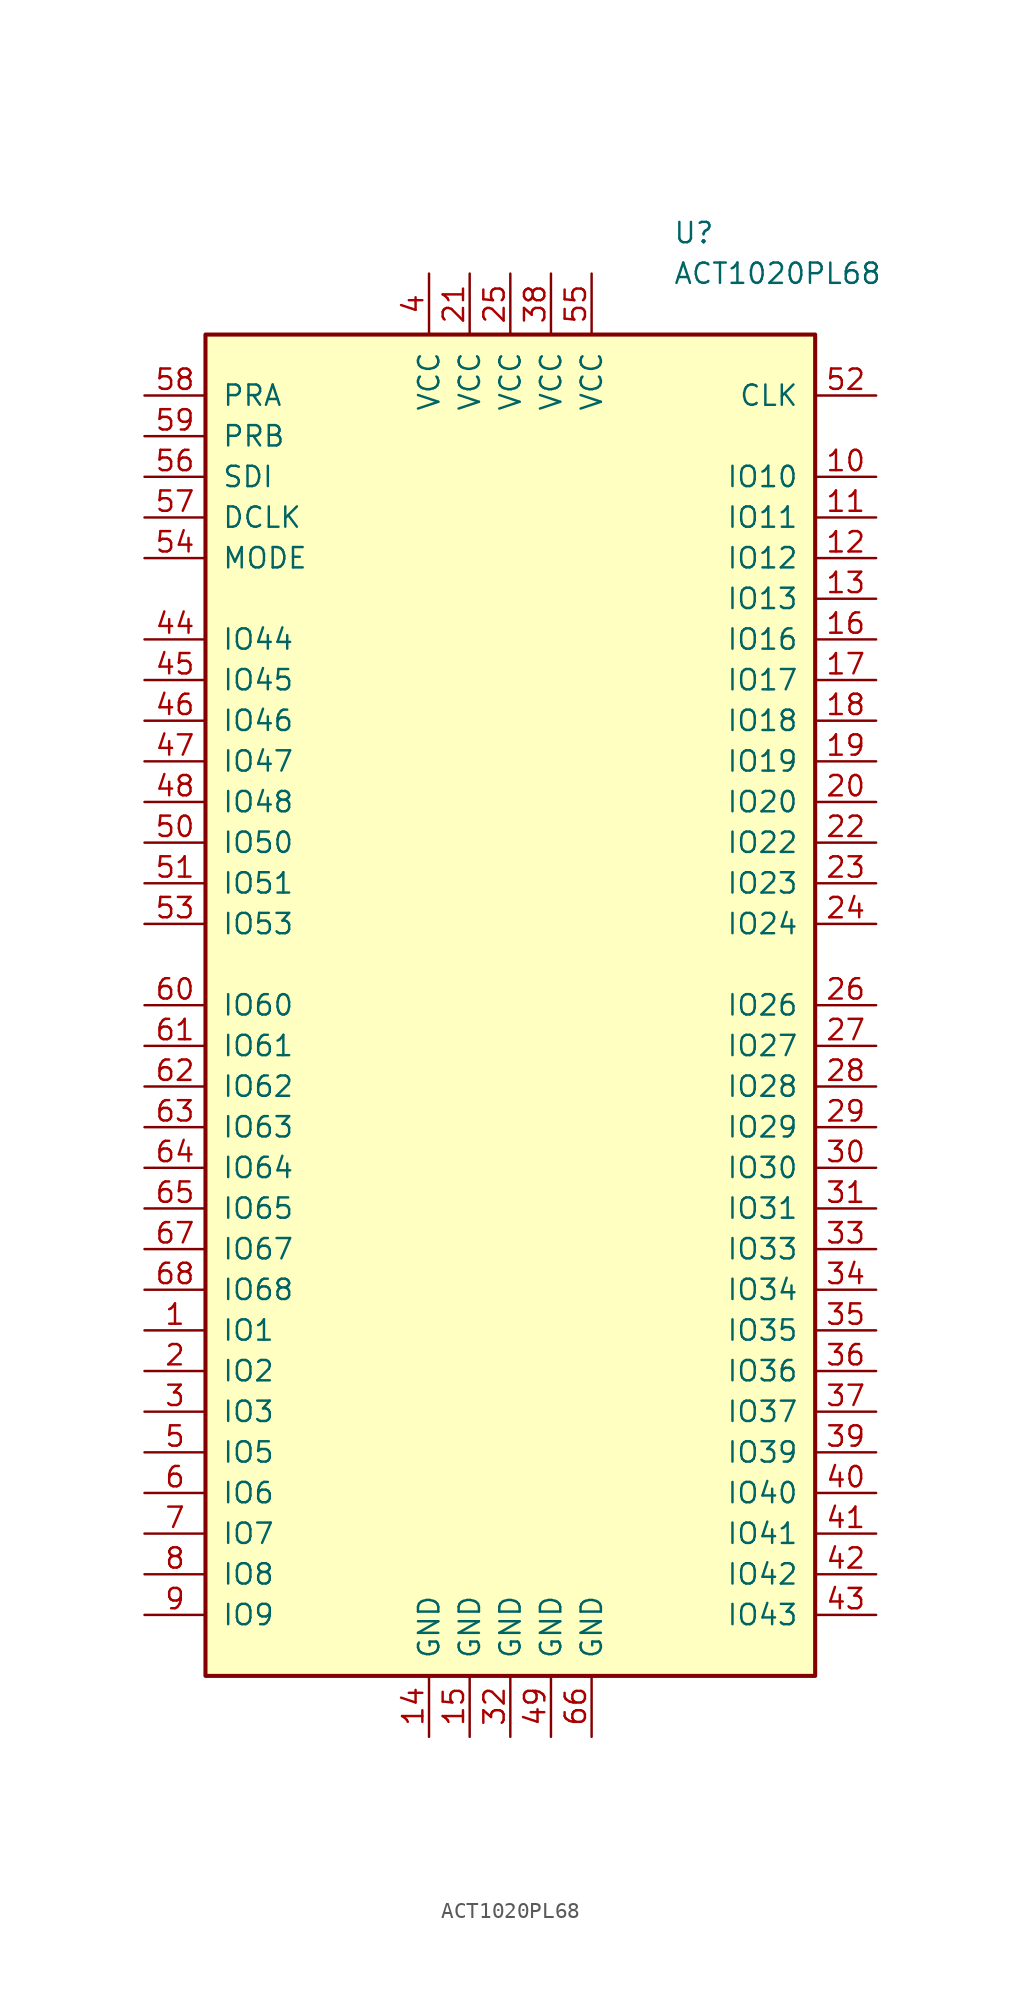
<source format=kicad_sym>
(kicad_symbol_lib
  (version 20231120)
  (generator "kicad_symbol_editor")
  (generator_version "8.0")
  (symbol "ACT1020PL68"
    (pin_names
      (offset 1.016))
    (property "Reference" "U"
      (at 10.16 48.26 0)
      (effects (font (size 1.27 1.27)) (justify left)))
    (property "Value" "ACT1020PL68"
      (at 10.16 45.72 0)
      (effects (font (size 1.27 1.27)) (justify left)))
    (symbol "ACT1020PL68_0_1"
      (rectangle (start -19.05 -41.91) (end 19.05 41.91) (stroke (width 0.254) (type default)) (fill (type background))))
    (symbol "ACT1020PL68_1_1"
      (pin input line (at -22.86 -20.32 0) (length 3.81) (name "IO1" (effects (font (size 1.27 1.27)))) (number "1" (effects (font (size 1.27 1.27)))))
      (pin input line (at 22.86 33.02 180) (length 3.81) (name "IO10" (effects (font (size 1.27 1.27)))) (number "10" (effects (font (size 1.27 1.27)))))
      (pin input line (at 22.86 30.48 180) (length 3.81) (name "IO11" (effects (font (size 1.27 1.27)))) (number "11" (effects (font (size 1.27 1.27)))))
      (pin input line (at 22.86 27.94 180) (length 3.81) (name "IO12" (effects (font (size 1.27 1.27)))) (number "12" (effects (font (size 1.27 1.27)))))
      (pin input line (at 22.86 25.4 180) (length 3.81) (name "IO13" (effects (font (size 1.27 1.27)))) (number "13" (effects (font (size 1.27 1.27)))))
      (pin power_in line (at -5.08 -45.72 90) (length 3.81) (name "GND" (effects (font (size 1.27 1.27)))) (number "14" (effects (font (size 1.27 1.27)))))
      (pin power_in line (at -2.54 -45.72 90) (length 3.81) (name "GND" (effects (font (size 1.27 1.27)))) (number "15" (effects (font (size 1.27 1.27)))))
      (pin input line (at 22.86 22.86 180) (length 3.81) (name "IO16" (effects (font (size 1.27 1.27)))) (number "16" (effects (font (size 1.27 1.27)))))
      (pin input line (at 22.86 20.32 180) (length 3.81) (name "IO17" (effects (font (size 1.27 1.27)))) (number "17" (effects (font (size 1.27 1.27)))))
      (pin input line (at 22.86 17.78 180) (length 3.81) (name "IO18" (effects (font (size 1.27 1.27)))) (number "18" (effects (font (size 1.27 1.27)))))
      (pin input line (at 22.86 15.24 180) (length 3.81) (name "IO19" (effects (font (size 1.27 1.27)))) (number "19" (effects (font (size 1.27 1.27)))))
      (pin input line (at -22.86 -22.86 0) (length 3.81) (name "IO2" (effects (font (size 1.27 1.27)))) (number "2" (effects (font (size 1.27 1.27)))))
      (pin input line (at 22.86 12.7 180) (length 3.81) (name "IO20" (effects (font (size 1.27 1.27)))) (number "20" (effects (font (size 1.27 1.27)))))
      (pin power_in line (at -2.54 45.72 270) (length 3.81) (name "VCC" (effects (font (size 1.27 1.27)))) (number "21" (effects (font (size 1.27 1.27)))))
      (pin input line (at 22.86 10.16 180) (length 3.81) (name "IO22" (effects (font (size 1.27 1.27)))) (number "22" (effects (font (size 1.27 1.27)))))
      (pin input line (at 22.86 7.62 180) (length 3.81) (name "IO23" (effects (font (size 1.27 1.27)))) (number "23" (effects (font (size 1.27 1.27)))))
      (pin input line (at 22.86 5.08 180) (length 3.81) (name "IO24" (effects (font (size 1.27 1.27)))) (number "24" (effects (font (size 1.27 1.27)))))
      (pin power_in line (at 0 45.72 270) (length 3.81) (name "VCC" (effects (font (size 1.27 1.27)))) (number "25" (effects (font (size 1.27 1.27)))))
      (pin input line (at 22.86 0 180) (length 3.81) (name "IO26" (effects (font (size 1.27 1.27)))) (number "26" (effects (font (size 1.27 1.27)))))
      (pin input line (at 22.86 -2.54 180) (length 3.81) (name "IO27" (effects (font (size 1.27 1.27)))) (number "27" (effects (font (size 1.27 1.27)))))
      (pin input line (at 22.86 -5.08 180) (length 3.81) (name "IO28" (effects (font (size 1.27 1.27)))) (number "28" (effects (font (size 1.27 1.27)))))
      (pin input line (at 22.86 -7.62 180) (length 3.81) (name "IO29" (effects (font (size 1.27 1.27)))) (number "29" (effects (font (size 1.27 1.27)))))
      (pin input line (at -22.86 -25.4 0) (length 3.81) (name "IO3" (effects (font (size 1.27 1.27)))) (number "3" (effects (font (size 1.27 1.27)))))
      (pin input line (at 22.86 -10.16 180) (length 3.81) (name "IO30" (effects (font (size 1.27 1.27)))) (number "30" (effects (font (size 1.27 1.27)))))
      (pin input line (at 22.86 -12.7 180) (length 3.81) (name "IO31" (effects (font (size 1.27 1.27)))) (number "31" (effects (font (size 1.27 1.27)))))
      (pin power_in line (at 0 -45.72 90) (length 3.81) (name "GND" (effects (font (size 1.27 1.27)))) (number "32" (effects (font (size 1.27 1.27)))))
      (pin input line (at 22.86 -15.24 180) (length 3.81) (name "IO33" (effects (font (size 1.27 1.27)))) (number "33" (effects (font (size 1.27 1.27)))))
      (pin input line (at 22.86 -17.78 180) (length 3.81) (name "IO34" (effects (font (size 1.27 1.27)))) (number "34" (effects (font (size 1.27 1.27)))))
      (pin input line (at 22.86 -20.32 180) (length 3.81) (name "IO35" (effects (font (size 1.27 1.27)))) (number "35" (effects (font (size 1.27 1.27)))))
      (pin input line (at 22.86 -22.86 180) (length 3.81) (name "IO36" (effects (font (size 1.27 1.27)))) (number "36" (effects (font (size 1.27 1.27)))))
      (pin input line (at 22.86 -25.4 180) (length 3.81) (name "IO37" (effects (font (size 1.27 1.27)))) (number "37" (effects (font (size 1.27 1.27)))))
      (pin power_in line (at 2.54 45.72 270) (length 3.81) (name "VCC" (effects (font (size 1.27 1.27)))) (number "38" (effects (font (size 1.27 1.27)))))
      (pin input line (at 22.86 -27.94 180) (length 3.81) (name "IO39" (effects (font (size 1.27 1.27)))) (number "39" (effects (font (size 1.27 1.27)))))
      (pin power_in line (at -5.08 45.72 270) (length 3.81) (name "VCC" (effects (font (size 1.27 1.27)))) (number "4" (effects (font (size 1.27 1.27)))))
      (pin input line (at 22.86 -30.48 180) (length 3.81) (name "IO40" (effects (font (size 1.27 1.27)))) (number "40" (effects (font (size 1.27 1.27)))))
      (pin input line (at 22.86 -33.02 180) (length 3.81) (name "IO41" (effects (font (size 1.27 1.27)))) (number "41" (effects (font (size 1.27 1.27)))))
      (pin input line (at 22.86 -35.56 180) (length 3.81) (name "IO42" (effects (font (size 1.27 1.27)))) (number "42" (effects (font (size 1.27 1.27)))))
      (pin input line (at 22.86 -38.1 180) (length 3.81) (name "IO43" (effects (font (size 1.27 1.27)))) (number "43" (effects (font (size 1.27 1.27)))))
      (pin input line (at -22.86 22.86 0) (length 3.81) (name "IO44" (effects (font (size 1.27 1.27)))) (number "44" (effects (font (size 1.27 1.27)))))
      (pin input line (at -22.86 20.32 0) (length 3.81) (name "IO45" (effects (font (size 1.27 1.27)))) (number "45" (effects (font (size 1.27 1.27)))))
      (pin input line (at -22.86 17.78 0) (length 3.81) (name "IO46" (effects (font (size 1.27 1.27)))) (number "46" (effects (font (size 1.27 1.27)))))
      (pin input line (at -22.86 15.24 0) (length 3.81) (name "IO47" (effects (font (size 1.27 1.27)))) (number "47" (effects (font (size 1.27 1.27)))))
      (pin input line (at -22.86 12.7 0) (length 3.81) (name "IO48" (effects (font (size 1.27 1.27)))) (number "48" (effects (font (size 1.27 1.27)))))
      (pin power_in line (at 2.54 -45.72 90) (length 3.81) (name "GND" (effects (font (size 1.27 1.27)))) (number "49" (effects (font (size 1.27 1.27)))))
      (pin input line (at -22.86 -27.94 0) (length 3.81) (name "IO5" (effects (font (size 1.27 1.27)))) (number "5" (effects (font (size 1.27 1.27)))))
      (pin input line (at -22.86 10.16 0) (length 3.81) (name "IO50" (effects (font (size 1.27 1.27)))) (number "50" (effects (font (size 1.27 1.27)))))
      (pin input line (at -22.86 7.62 0) (length 3.81) (name "IO51" (effects (font (size 1.27 1.27)))) (number "51" (effects (font (size 1.27 1.27)))))
      (pin input line (at 22.86 38.1 180) (length 3.81) (name "CLK" (effects (font (size 1.27 1.27)))) (number "52" (effects (font (size 1.27 1.27)))))
      (pin input line (at -22.86 5.08 0) (length 3.81) (name "IO53" (effects (font (size 1.27 1.27)))) (number "53" (effects (font (size 1.27 1.27)))))
      (pin input line (at -22.86 27.94 0) (length 3.81) (name "MODE" (effects (font (size 1.27 1.27)))) (number "54" (effects (font (size 1.27 1.27)))))
      (pin power_in line (at 5.08 45.72 270) (length 3.81) (name "VCC" (effects (font (size 1.27 1.27)))) (number "55" (effects (font (size 1.27 1.27)))))
      (pin input line (at -22.86 33.02 0) (length 3.81) (name "SDI" (effects (font (size 1.27 1.27)))) (number "56" (effects (font (size 1.27 1.27)))))
      (pin input line (at -22.86 30.48 0) (length 3.81) (name "DCLK" (effects (font (size 1.27 1.27)))) (number "57" (effects (font (size 1.27 1.27)))))
      (pin input line (at -22.86 38.1 0) (length 3.81) (name "PRA" (effects (font (size 1.27 1.27)))) (number "58" (effects (font (size 1.27 1.27)))))
      (pin input line (at -22.86 35.56 0) (length 3.81) (name "PRB" (effects (font (size 1.27 1.27)))) (number "59" (effects (font (size 1.27 1.27)))))
      (pin input line (at -22.86 -30.48 0) (length 3.81) (name "IO6" (effects (font (size 1.27 1.27)))) (number "6" (effects (font (size 1.27 1.27)))))
      (pin input line (at -22.86 0 0) (length 3.81) (name "IO60" (effects (font (size 1.27 1.27)))) (number "60" (effects (font (size 1.27 1.27)))))
      (pin input line (at -22.86 -2.54 0) (length 3.81) (name "IO61" (effects (font (size 1.27 1.27)))) (number "61" (effects (font (size 1.27 1.27)))))
      (pin input line (at -22.86 -5.08 0) (length 3.81) (name "IO62" (effects (font (size 1.27 1.27)))) (number "62" (effects (font (size 1.27 1.27)))))
      (pin input line (at -22.86 -7.62 0) (length 3.81) (name "IO63" (effects (font (size 1.27 1.27)))) (number "63" (effects (font (size 1.27 1.27)))))
      (pin input line (at -22.86 -10.16 0) (length 3.81) (name "IO64" (effects (font (size 1.27 1.27)))) (number "64" (effects (font (size 1.27 1.27)))))
      (pin input line (at -22.86 -12.7 0) (length 3.81) (name "IO65" (effects (font (size 1.27 1.27)))) (number "65" (effects (font (size 1.27 1.27)))))
      (pin power_in line (at 5.08 -45.72 90) (length 3.81) (name "GND" (effects (font (size 1.27 1.27)))) (number "66" (effects (font (size 1.27 1.27)))))
      (pin input line (at -22.86 -15.24 0) (length 3.81) (name "IO67" (effects (font (size 1.27 1.27)))) (number "67" (effects (font (size 1.27 1.27)))))
      (pin input line (at -22.86 -17.78 0) (length 3.81) (name "IO68" (effects (font (size 1.27 1.27)))) (number "68" (effects (font (size 1.27 1.27)))))
      (pin input line (at -22.86 -33.02 0) (length 3.81) (name "IO7" (effects (font (size 1.27 1.27)))) (number "7" (effects (font (size 1.27 1.27)))))
      (pin input line (at -22.86 -35.56 0) (length 3.81) (name "IO8" (effects (font (size 1.27 1.27)))) (number "8" (effects (font (size 1.27 1.27)))))
      (pin input line (at -22.86 -38.1 0) (length 3.81) (name "IO9" (effects (font (size 1.27 1.27)))) (number "9" (effects (font (size 1.27 1.27))))))))
</source>
